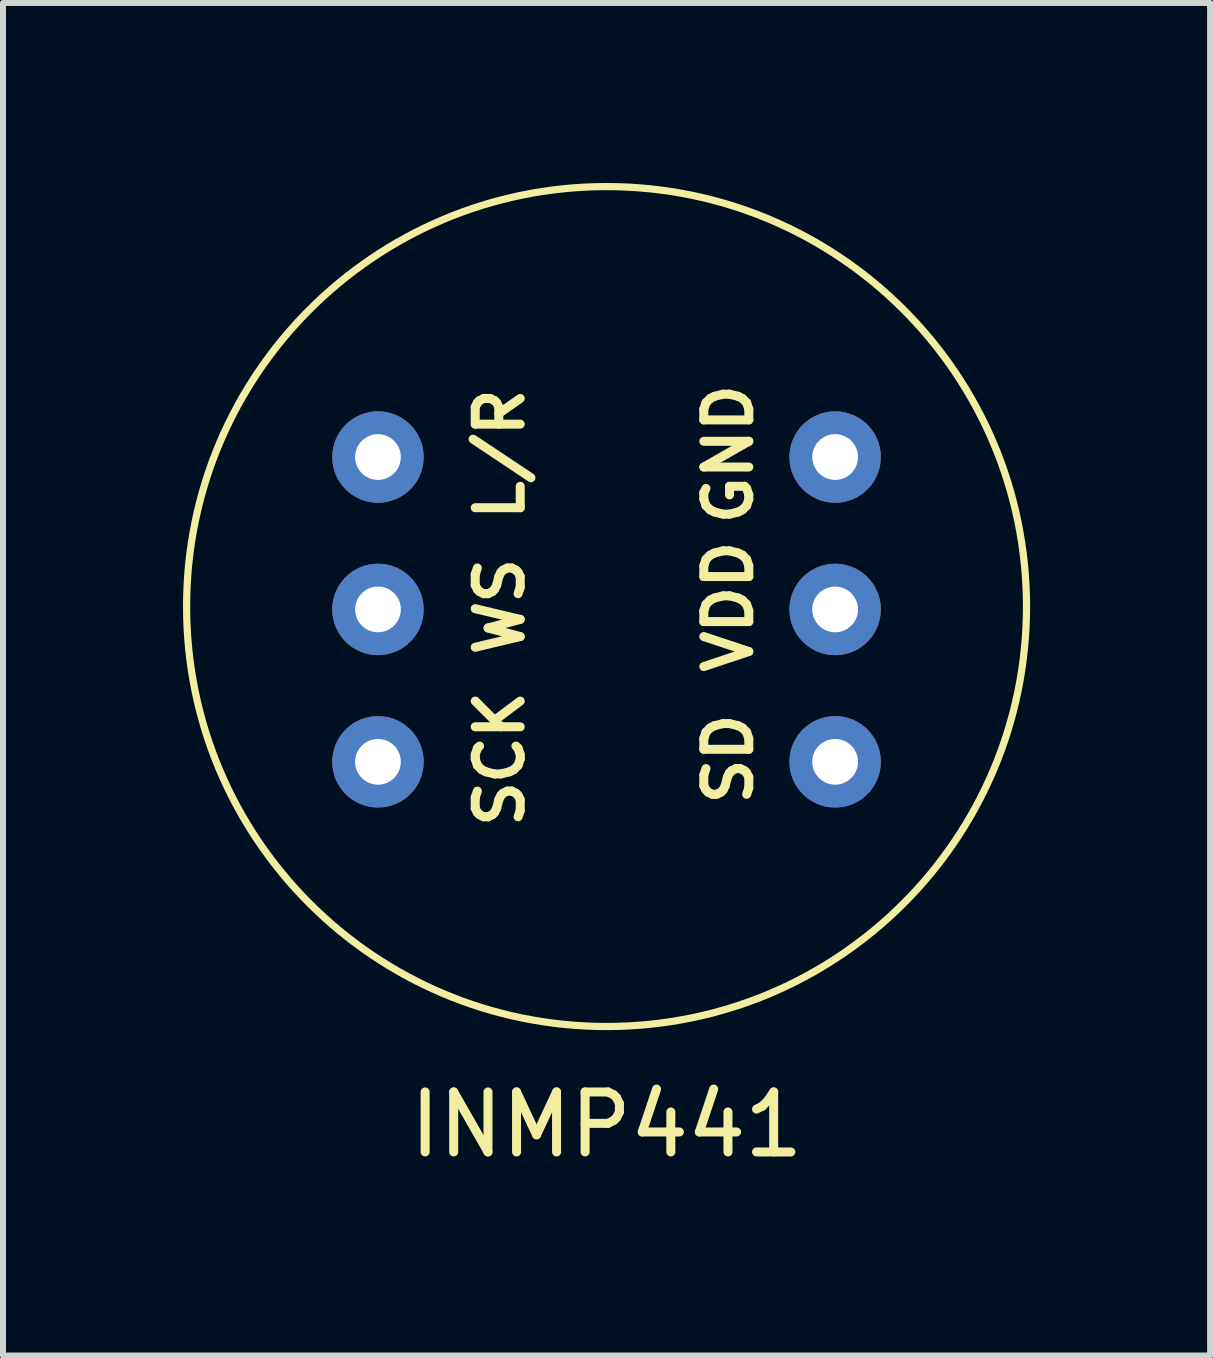
<source format=kicad_pcb>
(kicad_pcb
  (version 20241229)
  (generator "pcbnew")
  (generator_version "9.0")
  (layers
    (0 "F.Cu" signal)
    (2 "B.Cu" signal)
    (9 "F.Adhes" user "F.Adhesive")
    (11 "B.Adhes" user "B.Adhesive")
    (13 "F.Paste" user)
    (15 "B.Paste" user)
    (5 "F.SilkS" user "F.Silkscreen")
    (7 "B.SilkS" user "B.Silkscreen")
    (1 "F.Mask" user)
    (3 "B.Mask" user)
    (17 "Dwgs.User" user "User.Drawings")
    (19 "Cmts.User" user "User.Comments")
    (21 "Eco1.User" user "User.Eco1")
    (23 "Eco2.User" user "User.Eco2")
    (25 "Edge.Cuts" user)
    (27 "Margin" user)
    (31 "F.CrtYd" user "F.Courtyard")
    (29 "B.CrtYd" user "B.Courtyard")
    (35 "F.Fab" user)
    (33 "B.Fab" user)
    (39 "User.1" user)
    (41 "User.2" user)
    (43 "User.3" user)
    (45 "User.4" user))
  (footprint "INMP441"
    (layer "F.Cu")
    (at 7.06 7.06)
    (property "Reference" "INMP441" (at 0 8.636 0) (layer "F.SilkS") (effects (font (size 1 1) (thickness 0.15))))
    (attr through_hole)
    (fp_circle (center 0 0) (end 7 0) (stroke (width 0.12) (type solid)) (fill no) (layer "F.SilkS"))
    (fp_text user "SD" (at 2.032 2.54 90) (layer "F.SilkS") (effects (font (size 0.75 0.75) (thickness 0.15))))
    (fp_text user "L/R" (at -1.778 -2.54 270) (layer "F.SilkS") (effects (font (size 0.75 0.75) (thickness 0.15))))
    (fp_text user "VDD" (at 2.032 0 90) (layer "F.SilkS") (effects (font (size 0.75 0.75) (thickness 0.15))))
    (fp_text user "SCK" (at -1.778 2.54 270) (layer "F.SilkS") (effects (font (size 0.75 0.75) (thickness 0.15))))
    (fp_text user "WS" (at -1.778 0 270) (layer "F.SilkS") (effects (font (size 0.75 0.75) (thickness 0.15))))
    (fp_text user "GND" (at 2.032 -2.54 90) (layer "F.SilkS") (effects (font (size 0.75 0.75) (thickness 0.15))))
    (pad "1" thru_hole circle (at -3.81 -2.492) (size 1.524 1.524) (drill 0.762) (layers "*.Cu" "*.Mask"))
    (pad "2" thru_hole circle (at -3.81 0.048) (size 1.524 1.524) (drill 0.762) (layers "*.Cu" "*.Mask"))
    (pad "3" thru_hole circle (at -3.81 2.588) (size 1.524 1.524) (drill 0.762) (layers "*.Cu" "*.Mask"))
    (pad "4" thru_hole circle (at 3.81 -2.492) (size 1.524 1.524) (drill 0.762) (layers "*.Cu" "*.Mask"))
    (pad "5" thru_hole circle (at 3.81 0.048) (size 1.524 1.524) (drill 0.762) (layers "*.Cu" "*.Mask"))
    (pad "6" thru_hole circle (at 3.81 2.588) (size 1.524 1.524) (drill 0.762) (layers "*.Cu" "*.Mask")))
  (gr_rect
    (start -3 -3)
    (end 17.12 19.544)
    (stroke (width 0.1) (type default))
    (fill no)
    (layer "Edge.Cuts")))
</source>
